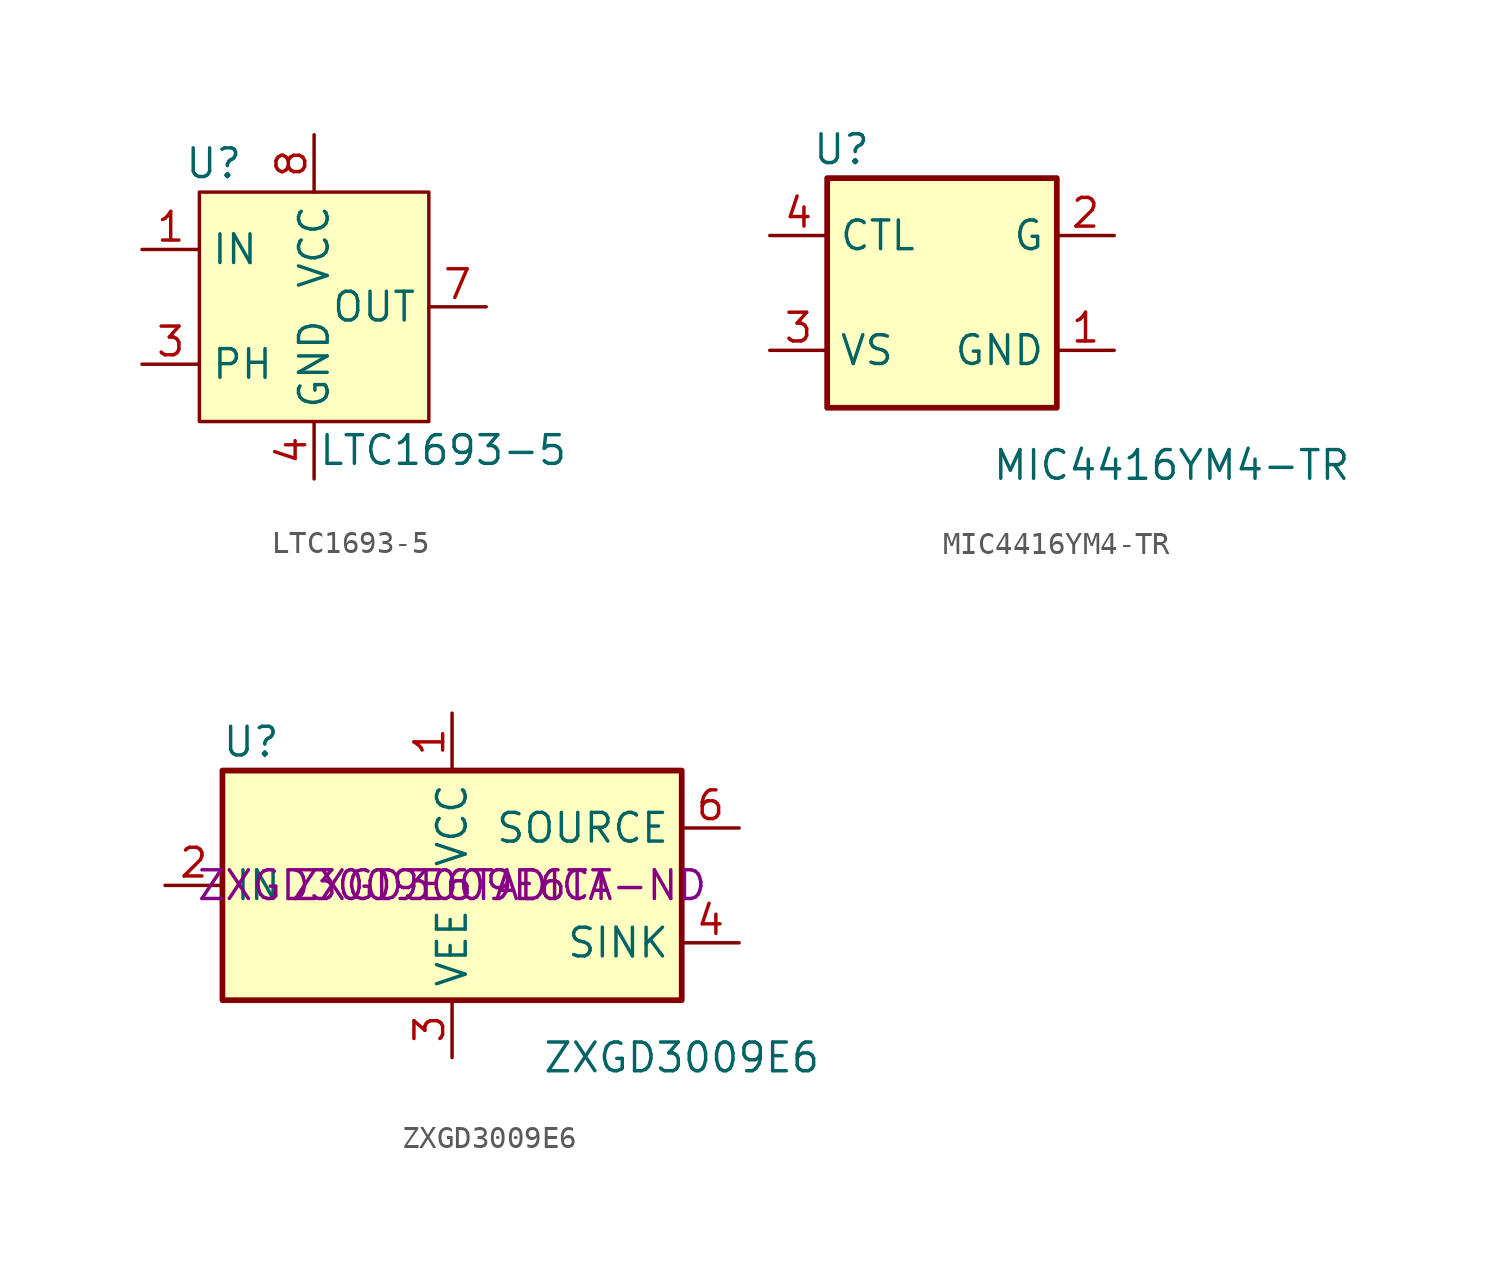
<source format=kicad_sym>
(kicad_symbol_lib
  (version 20211014)
  (generator kicad_symbol_editor)
  (symbol "LTC1693-5"
    (property "Reference" "U"
      (at -4.445 6.35 0)
      (effects (font (size 1.27 1.27))))
    (property "Value" "LTC1693-5"
      (at 5.715 -6.35 0)
      (effects (font (size 1.27 1.27))))
    (symbol "LTC1693-5_0_1"
      (rectangle (start -5.08 5.08) (end 5.08 -5.08) (stroke (width 0) (type default) (color 0 0 0 0)) (fill (type background))))
    (symbol "LTC1693-5_1_1"
      (pin input line (at -7.62 2.54 0) (length 2.54) (name "IN" (effects (font (size 1.27 1.27)))) (number "1" (effects (font (size 1.27 1.27)))))
      (pin input line (at -7.62 -2.54 0) (length 2.54) (name "PH" (effects (font (size 1.27 1.27)))) (number "3" (effects (font (size 1.27 1.27)))))
      (pin power_in line (at 0 -7.62 90) (length 2.54) (name "GND" (effects (font (size 1.27 1.27)))) (number "4" (effects (font (size 1.27 1.27)))))
      (pin output line (at 7.62 0 180) (length 2.54) (name "OUT" (effects (font (size 1.27 1.27)))) (number "7" (effects (font (size 1.27 1.27)))))
      (pin power_in line (at 0 7.62 270) (length 2.54) (name "VCC" (effects (font (size 1.27 1.27)))) (number "8" (effects (font (size 1.27 1.27)))))))
  (symbol "MIC4416YM4-TR"
    (property "Reference" "U"
      (at -4.445 6.35 0)
      (effects (font (size 1.27 1.27))))
    (property "Value" "MIC4416YM4-TR"
      (at 10.16 -7.62 0)
      (effects (font (size 1.27 1.27))))
    (symbol "MIC4416YM4-TR_0_1"
      (rectangle (start -5.08 5.08) (end 5.08 -5.08) (stroke (width 0.254) (type default) (color 0 0 0 0)) (fill (type background))))
    (symbol "MIC4416YM4-TR_1_1"
      (pin power_in line (at 7.62 -2.54 180) (length 2.54) (name "GND" (effects (font (size 1.27 1.27)))) (number "1" (effects (font (size 1.27 1.27)))))
      (pin open_collector line (at 7.62 2.54 180) (length 2.54) (name "G" (effects (font (size 1.27 1.27)))) (number "2" (effects (font (size 1.27 1.27)))))
      (pin power_in line (at -7.62 -2.54 0) (length 2.54) (name "VS" (effects (font (size 1.27 1.27)))) (number "3" (effects (font (size 1.27 1.27)))))
      (pin input line (at -7.62 2.54 0) (length 2.54) (name "CTL" (effects (font (size 1.27 1.27)))) (number "4" (effects (font (size 1.27 1.27)))))))
  (symbol "ZXGD3009E6"
    (property "Reference" "U"
      (at -8.89 6.35 0)
      (effects (font (size 1.27 1.27))))
    (property "Value" "ZXGD3009E6"
      (at 10.16 -7.62 0)
      (effects (font (size 1.27 1.27))))
    (property "Manufacturer Part Number" "ZXGD3009E6TA"
      (at 0 0 0)
      (effects (font (size 1.27 1.27))))
    (property "Digi-Key Part Number" "ZXGD3009E6TADICT-ND"
      (at 0 0 0)
      (effects (font (size 1.27 1.27))))
    (symbol "ZXGD3009E6_0_1"
      (rectangle (start -10.16 5.08) (end 10.16 -5.08) (stroke (width 0.254) (type default) (color 0 0 0 0)) (fill (type background))))
    (symbol "ZXGD3009E6_1_1"
      (pin power_in line (at 0 7.62 270) (length 2.54) (name "VCC" (effects (font (size 1.27 1.27)))) (number "1" (effects (font (size 1.27 1.27)))))
      (pin input line (at -12.7 0 0) (length 2.54) (name "IN" (effects (font (size 1.27 1.27)))) (number "2" (effects (font (size 1.27 1.27)))))
      (pin power_in line (at 0 -7.62 90) (length 2.54) (name "VEE" (effects (font (size 1.27 1.27)))) (number "3" (effects (font (size 1.27 1.27)))))
      (pin open_collector line (at 12.7 -2.54 180) (length 2.54) (name "SINK" (effects (font (size 1.27 1.27)))) (number "4" (effects (font (size 1.27 1.27)))))
      (pin no_connect line (at 10.16 0 180) (length 2.54) hide (name "NC" (effects (font (size 1.27 1.27)))) (number "5" (effects (font (size 1.27 1.27)))))
      (pin open_emitter line (at 12.7 2.54 180) (length 2.54) (name "SOURCE" (effects (font (size 1.27 1.27)))) (number "6" (effects (font (size 1.27 1.27))))))))
</source>
